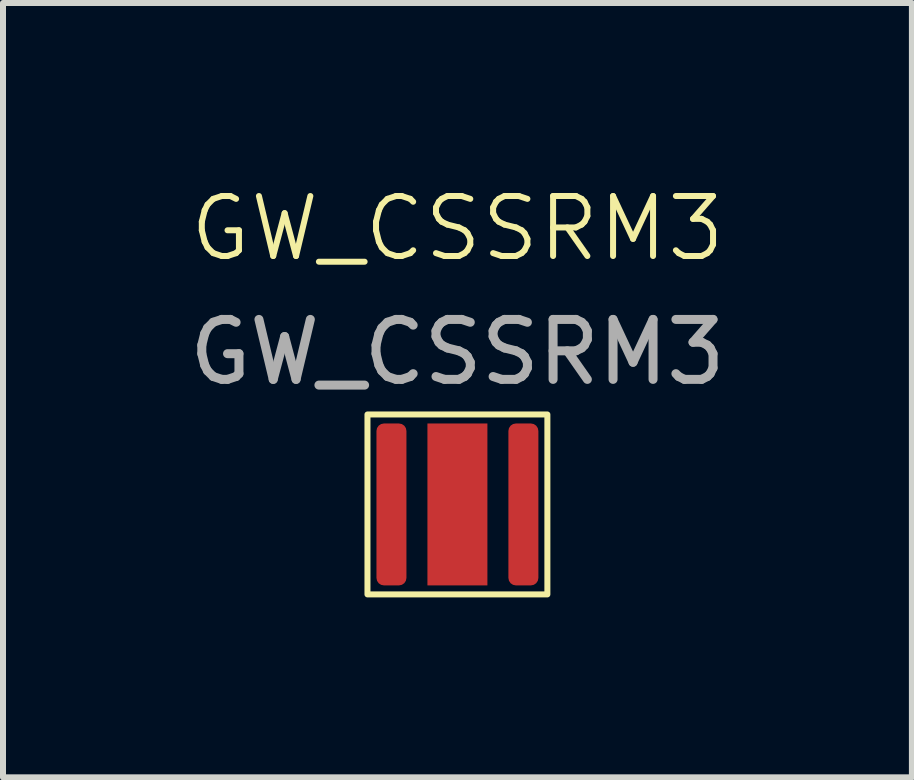
<source format=kicad_pcb>
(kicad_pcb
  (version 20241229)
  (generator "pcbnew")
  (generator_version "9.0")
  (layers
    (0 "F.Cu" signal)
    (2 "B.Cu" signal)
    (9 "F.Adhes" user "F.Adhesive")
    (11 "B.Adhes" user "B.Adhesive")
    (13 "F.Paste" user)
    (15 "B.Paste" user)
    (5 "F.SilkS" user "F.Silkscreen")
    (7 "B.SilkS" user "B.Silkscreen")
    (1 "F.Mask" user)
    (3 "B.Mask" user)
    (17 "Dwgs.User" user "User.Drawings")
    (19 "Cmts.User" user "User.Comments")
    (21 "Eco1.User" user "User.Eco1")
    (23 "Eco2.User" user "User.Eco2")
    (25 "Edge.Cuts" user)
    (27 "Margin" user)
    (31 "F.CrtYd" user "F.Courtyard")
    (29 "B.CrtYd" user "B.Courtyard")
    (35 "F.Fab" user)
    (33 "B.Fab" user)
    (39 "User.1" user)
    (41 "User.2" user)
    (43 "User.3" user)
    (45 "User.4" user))
  (footprint "GW_CSSRM3"
    (layer "F.Cu")
    (at 4.577 5.361)
    (property "Reference" "GW_CSSRM3" (at 0 -4.6 0) (unlocked yes) (layer "F.SilkS") (effects (font (size 1 1) (thickness 0.1))))
    (attr smd)
    (fp_rect (start -1.5 -1.5) (end 1.5 1.5) (stroke (width 0.1) (type default)) (fill no) (layer "F.SilkS"))
    (fp_text user "${REFERENCE}" (at 0 -2.54 0) (unlocked yes) (layer "F.Fab") (effects (font (size 1 1) (thickness 0.15))))
    (pad "1" smd roundrect (at 1.1 0) (size 0.5 2.7) (layers "F.Cu" "F.Mask" "F.Paste") (roundrect_rratio 0.25))
    (pad "2" smd roundrect (at -1.1 0) (size 0.5 2.7) (layers "F.Cu" "F.Mask" "F.Paste") (roundrect_rratio 0.25))
    (pad "3" smd custom (at 0 0) (size 1 2.7) (layers "F.Cu" "F.Mask" "F.Paste") (options (anchor rect)) (primitives)))
  (gr_rect
    (start -3 -3)
    (end 12.155 9.911)
    (stroke (width 0.1) (type default))
    (fill no)
    (layer "Edge.Cuts")))
</source>
